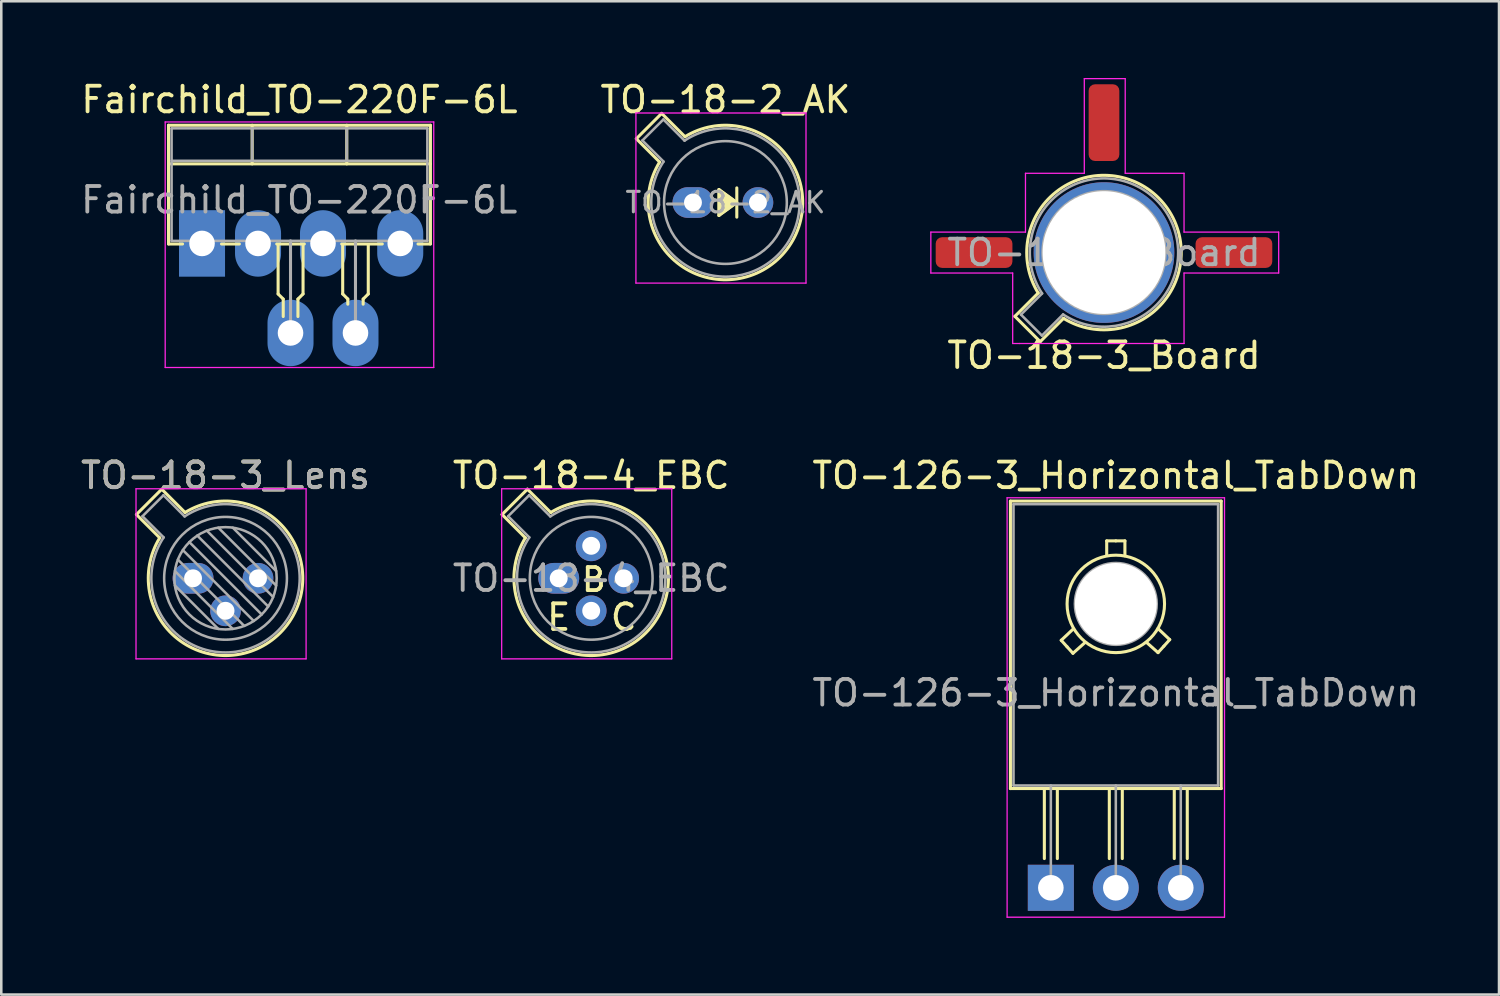
<source format=kicad_pcb>
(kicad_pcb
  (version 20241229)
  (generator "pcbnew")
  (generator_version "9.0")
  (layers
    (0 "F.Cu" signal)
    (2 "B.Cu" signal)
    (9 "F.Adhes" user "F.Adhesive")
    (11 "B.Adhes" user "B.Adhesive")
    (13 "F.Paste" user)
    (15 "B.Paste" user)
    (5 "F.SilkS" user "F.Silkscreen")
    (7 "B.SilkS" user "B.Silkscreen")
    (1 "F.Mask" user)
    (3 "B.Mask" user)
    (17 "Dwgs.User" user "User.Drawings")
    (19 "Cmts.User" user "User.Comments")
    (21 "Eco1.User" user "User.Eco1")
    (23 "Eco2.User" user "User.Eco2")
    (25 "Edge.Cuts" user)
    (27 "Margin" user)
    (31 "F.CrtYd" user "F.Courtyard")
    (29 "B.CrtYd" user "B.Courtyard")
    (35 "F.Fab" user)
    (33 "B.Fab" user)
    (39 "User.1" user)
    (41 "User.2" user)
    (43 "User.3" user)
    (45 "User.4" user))
  (footprint "Fairchild_TO-220F-6L"
    (layer "F.Cu")
    (at 4.849 6.468)
    (property "Reference" "Fairchild_TO-220F-6L" (at 3.81 -5.62 0) (layer "F.SilkS") (effects (font (size 1 1) (thickness 0.15))))
    (attr through_hole)
    (fp_line (start -1.31 -4.62) (end -1.31 0.021) (stroke (width 0.12) (type solid)) (layer "F.SilkS"))
    (fp_line (start -1.31 -4.62) (end 8.93 -4.62) (stroke (width 0.12) (type solid)) (layer "F.SilkS"))
    (fp_line (start -1.31 -3.111) (end 8.93 -3.111) (stroke (width 0.12) (type solid)) (layer "F.SilkS"))
    (fp_line (start -1.31 0.021) (end -0.762 0.021) (stroke (width 0.12) (type solid)) (layer "F.SilkS"))
    (fp_line (start 0.762 0.021) (end 1.46 0.021) (stroke (width 0.12) (type solid)) (layer "F.SilkS"))
    (fp_line (start 1.96 -4.62) (end 1.96 -3.111) (stroke (width 0.12) (type solid)) (layer "F.SilkS"))
    (fp_line (start 2.921 0.021) (end 4 0.021) (stroke (width 0.12) (type solid)) (layer "F.SilkS"))
    (fp_line (start 2.975 0.064) (end 2.975 1.975) (stroke (width 0.12) (type solid)) (layer "F.SilkS"))
    (fp_line (start 2.975 1.975) (end 3.175 2.175) (stroke (width 0.12) (type solid)) (layer "F.SilkS"))
    (fp_line (start 3.175 2.175) (end 3.175 2.857) (stroke (width 0.12) (type solid)) (layer "F.SilkS"))
    (fp_line (start 3.75 2.175) (end 3.75 2.857) (stroke (width 0.12) (type solid)) (layer "F.SilkS"))
    (fp_line (start 3.95 0.064) (end 3.95 1.975) (stroke (width 0.12) (type solid)) (layer "F.SilkS"))
    (fp_line (start 3.95 1.975) (end 3.75 2.175) (stroke (width 0.12) (type solid)) (layer "F.SilkS"))
    (fp_line (start 5.461 0.021) (end 7.048 0.021) (stroke (width 0.12) (type solid)) (layer "F.SilkS"))
    (fp_line (start 5.5 0.064) (end 5.5 1.975) (stroke (width 0.12) (type solid)) (layer "F.SilkS"))
    (fp_line (start 5.5 1.975) (end 5.7 2.175) (stroke (width 0.12) (type solid)) (layer "F.SilkS"))
    (fp_line (start 5.66 -4.62) (end 5.66 -3.111) (stroke (width 0.12) (type solid)) (layer "F.SilkS"))
    (fp_line (start 5.7 2.175) (end 5.7 2.375) (stroke (width 0.12) (type solid)) (layer "F.SilkS"))
    (fp_line (start 6.3 2.175) (end 6.3 2.375) (stroke (width 0.12) (type solid)) (layer "F.SilkS"))
    (fp_line (start 6.5 0.064) (end 6.5 1.975) (stroke (width 0.12) (type solid)) (layer "F.SilkS"))
    (fp_line (start 6.5 1.975) (end 6.3 2.175) (stroke (width 0.12) (type solid)) (layer "F.SilkS"))
    (fp_line (start 8.445 0.021) (end 8.93 0.021) (stroke (width 0.12) (type solid)) (layer "F.SilkS"))
    (fp_line (start 8.93 -4.62) (end 8.93 0.021) (stroke (width 0.12) (type solid)) (layer "F.SilkS"))
    (fp_line (start -1.44 -4.75) (end -1.44 4.85) (stroke (width 0.05) (type solid)) (layer "F.CrtYd"))
    (fp_line (start -1.44 4.85) (end 9.06 4.85) (stroke (width 0.05) (type solid)) (layer "F.CrtYd"))
    (fp_line (start 9.06 -4.75) (end -1.44 -4.75) (stroke (width 0.05) (type solid)) (layer "F.CrtYd"))
    (fp_line (start 9.06 4.85) (end 9.06 -4.75) (stroke (width 0.05) (type solid)) (layer "F.CrtYd"))
    (fp_line (start -1.19 -4.5) (end -1.19 -0.1) (stroke (width 0.1) (type solid)) (layer "F.Fab"))
    (fp_line (start -1.19 -3.23) (end 8.81 -3.23) (stroke (width 0.1) (type solid)) (layer "F.Fab"))
    (fp_line (start -1.19 -0.1) (end 8.81 -0.1) (stroke (width 0.1) (type solid)) (layer "F.Fab"))
    (fp_line (start 0 -0.1) (end 0 0) (stroke (width 0.1) (type solid)) (layer "F.Fab"))
    (fp_line (start 1.96 -4.5) (end 1.96 -3.23) (stroke (width 0.1) (type solid)) (layer "F.Fab"))
    (fp_line (start 3.46 3.5) (end 3.46 -0.1) (stroke (width 0.12) (type solid)) (layer "F.Fab"))
    (fp_line (start 5.66 -4.5) (end 5.66 -3.23) (stroke (width 0.1) (type solid)) (layer "F.Fab"))
    (fp_line (start 6 3.5) (end 6 -0.1) (stroke (width 0.12) (type solid)) (layer "F.Fab"))
    (fp_line (start 8.81 -4.5) (end -1.19 -4.5) (stroke (width 0.1) (type solid)) (layer "F.Fab"))
    (fp_line (start 8.81 -0.1) (end 8.81 -4.5) (stroke (width 0.1) (type solid)) (layer "F.Fab"))
    (fp_text user "${REFERENCE}" (at 3.8 -1.7 0) (layer "F.Fab") (effects (font (size 1 1) (thickness 0.15))))
    (pad "" np_thru_hole circle (at 0 0) (size 1 1) (drill 1) (layers "*.Cu" "*.Mask"))
    (pad "" np_thru_hole circle (at 2.19 0) (size 1 1) (drill 1) (layers "*.Cu" "*.Mask"))
    (pad "" np_thru_hole circle (at 3.46 3.5) (size 1 1) (drill 1) (layers "*.Cu" "*.Mask"))
    (pad "" np_thru_hole circle (at 4.73 0) (size 1 1) (drill 1) (layers "*.Cu" "*.Mask"))
    (pad "" np_thru_hole circle (at 6 3.5) (size 1 1) (drill 1) (layers "*.Cu" "*.Mask"))
    (pad "" np_thru_hole circle (at 7.75 0) (size 1 1) (drill 1) (layers "*.Cu" "*.Mask"))
    (pad "1" smd rect (at 0 0) (size 1.8 2.6) (layers "B.Cu" "B.Mask"))
    (pad "2" smd oval (at 2.19 0) (size 1.8 2.6) (layers "B.Cu" "B.Mask"))
    (pad "3" smd oval (at 3.46 3.5) (size 1.8 2.6) (layers "B.Cu" "B.Mask"))
    (pad "4" smd oval (at 4.73 0) (size 1.8 2.6) (layers "B.Cu" "B.Mask"))
    (pad "5" smd oval (at 6 3.5) (size 1.8 2.6) (layers "B.Cu" "B.Mask"))
    (pad "6" smd oval (at 7.75 0) (size 1.8 2.6) (layers "B.Cu" "B.Mask")))
  (footprint "TO-18-3_Lens"
    (layer "F.Cu")
    (at 4.498 19.561)
    (property "Reference" "TO-18-3_Lens" (at 1.27 -4.02 0) (layer "F.SilkS") (effects (font (size 1 1) (thickness 0.15))))
    (attr through_hole)
    (fp_line (start -2.214 -2.494) (end -1.302 -1.582) (stroke (width 0.12) (type solid)) (layer "F.SilkS"))
    (fp_line (start -1.224 -3.484) (end -2.214 -2.494) (stroke (width 0.12) (type solid)) (layer "F.SilkS"))
    (fp_line (start -0.312 -2.572) (end -1.224 -3.484) (stroke (width 0.12) (type solid)) (layer "F.SilkS"))
    (fp_arc (start -0.312331 -2.572281) (mid 3.405374 2.135551) (end -1.30215 -1.582544) (stroke (width 0.12) (type solid)) (layer "F.SilkS"))
    (fp_line (start -2.23 -3.5) (end -2.23 3.15) (stroke (width 0.05) (type solid)) (layer "F.CrtYd"))
    (fp_line (start -2.23 3.15) (end 4.42 3.15) (stroke (width 0.05) (type solid)) (layer "F.CrtYd"))
    (fp_line (start 4.42 -3.5) (end -2.23 -3.5) (stroke (width 0.05) (type solid)) (layer "F.CrtYd"))
    (fp_line (start 4.42 3.15) (end 4.42 -3.5) (stroke (width 0.05) (type solid)) (layer "F.CrtYd"))
    (fp_line (start -1.977 -2.426) (end -1.149 -1.599) (stroke (width 0.1) (type solid)) (layer "F.Fab"))
    (fp_line (start -1.156 -3.247) (end -1.977 -2.426) (stroke (width 0.1) (type solid)) (layer "F.Fab"))
    (fp_line (start -0.71 -0.283) (end 1.553 1.98) (stroke (width 0.1) (type solid)) (layer "F.Fab"))
    (fp_line (start -0.71 0.283) (end 0.987 1.98) (stroke (width 0.1) (type solid)) (layer "F.Fab"))
    (fp_line (start -0.592 -0.731) (end 2.001 1.862) (stroke (width 0.1) (type solid)) (layer "F.Fab"))
    (fp_line (start -0.399 -1.103) (end 2.373 1.669) (stroke (width 0.1) (type solid)) (layer "F.Fab"))
    (fp_line (start -0.329 -2.419) (end -1.156 -3.247) (stroke (width 0.1) (type solid)) (layer "F.Fab"))
    (fp_line (start -0.145 -1.415) (end 2.685 1.415) (stroke (width 0.1) (type solid)) (layer "F.Fab"))
    (fp_line (start 0.167 -1.669) (end 2.939 1.103) (stroke (width 0.1) (type solid)) (layer "F.Fab"))
    (fp_line (start 0.539 -1.862) (end 3.132 0.731) (stroke (width 0.1) (type solid)) (layer "F.Fab"))
    (fp_line (start 0.987 -1.98) (end 3.25 0.283) (stroke (width 0.1) (type solid)) (layer "F.Fab"))
    (fp_line (start 1.553 -1.98) (end 3.25 -0.283) (stroke (width 0.1) (type solid)) (layer "F.Fab"))
    (fp_arc (start -0.329057 -2.419301) (mid 3.321075 2.050145) (end -1.150029 -1.597956) (stroke (width 0.1) (type solid)) (layer "F.Fab"))
    (fp_circle (center 1.27 0) (end 3.27 0) (stroke (width 0.1) (type solid)) (fill no) (layer "F.Fab"))
    (fp_circle (center 1.27 0) (end 3.67 0) (stroke (width 0.1) (type solid)) (fill no) (layer "F.Fab"))
    (fp_text user "${REFERENCE}" (at 1.27 -4.02 0) (layer "F.Fab") (effects (font (size 1 1) (thickness 0.15))))
    (pad "1" thru_hole oval (at 0 0) (size 1.6 1.2) (drill 0.7) (layers "*.Cu" "*.Mask"))
    (pad "2" thru_hole oval (at 1.27 1.27) (size 1.2 1.2) (drill 0.7) (layers "*.Cu" "*.Mask"))
    (pad "3" thru_hole oval (at 2.54 0) (size 1.2 1.2) (drill 0.7) (layers "*.Cu" "*.Mask")))
  (footprint "TO-18-2_AK"
    (layer "F.Cu")
    (at 24.044 4.868)
    (property "Reference" "TO-18-2_AK" (at 1.27 -4.02 0) (layer "F.SilkS") (effects (font (size 1 1) (thickness 0.15))))
    (attr through_hole)
    (fp_line (start -2.214 -2.494) (end -1.302 -1.582) (stroke (width 0.12) (type solid)) (layer "F.SilkS"))
    (fp_line (start -1.224 -3.484) (end -2.214 -2.494) (stroke (width 0.12) (type solid)) (layer "F.SilkS"))
    (fp_line (start -0.312 -2.572) (end -1.224 -3.484) (stroke (width 0.12) (type solid)) (layer "F.SilkS"))
    (fp_line (start 1.016 -0.508) (end 1.714 0) (stroke (width 0.12) (type solid)) (layer "F.SilkS"))
    (fp_line (start 1.016 0.508) (end 1.016 -0.508) (stroke (width 0.12) (type solid)) (layer "F.SilkS"))
    (fp_line (start 1.714 -0.572) (end 1.714 0.572) (stroke (width 0.12) (type solid)) (layer "F.SilkS"))
    (fp_line (start 1.714 0) (end 1.016 0.508) (stroke (width 0.12) (type solid)) (layer "F.SilkS"))
    (fp_arc (start -0.312331 -2.572281) (mid 3.405374 2.135551) (end -1.30215 -1.582544) (stroke (width 0.12) (type solid)) (layer "F.SilkS"))
    (fp_poly (pts (xy 1.714 0) (xy 1.016 0.508) (xy 1.016 -0.508)) (stroke (width 0.1) (type solid)) (fill yes) (layer "F.SilkS"))
    (fp_line (start -2.23 -3.5) (end -2.23 3.15) (stroke (width 0.05) (type solid)) (layer "F.CrtYd"))
    (fp_line (start -2.23 3.15) (end 4.42 3.15) (stroke (width 0.05) (type solid)) (layer "F.CrtYd"))
    (fp_line (start 4.42 -3.5) (end -2.23 -3.5) (stroke (width 0.05) (type solid)) (layer "F.CrtYd"))
    (fp_line (start 4.42 3.15) (end 4.42 -3.5) (stroke (width 0.05) (type solid)) (layer "F.CrtYd"))
    (fp_line (start -1.977 -2.426) (end -1.149 -1.599) (stroke (width 0.1) (type solid)) (layer "F.Fab"))
    (fp_line (start -1.156 -3.247) (end -1.977 -2.426) (stroke (width 0.1) (type solid)) (layer "F.Fab"))
    (fp_line (start -0.329 -2.419) (end -1.156 -3.247) (stroke (width 0.1) (type solid)) (layer "F.Fab"))
    (fp_arc (start -0.329057 -2.419301) (mid 3.321075 2.050145) (end -1.150029 -1.597956) (stroke (width 0.1) (type solid)) (layer "F.Fab"))
    (fp_circle (center 1.27 0) (end 3.67 0) (stroke (width 0.1) (type solid)) (fill no) (layer "F.Fab"))
    (fp_text user "${REFERENCE}" (at 1.27 0 0) (layer "F.Fab") (effects (font (size 0.8 0.8) (thickness 0.12))))
    (pad "1" thru_hole oval (at 0 0) (size 1.6 1.2) (drill 0.7) (layers "*.Cu" "*.Mask"))
    (pad "2" thru_hole oval (at 2.54 0) (size 1.2 1.2) (drill 0.7) (layers "*.Cu" "*.Mask")))
  (footprint "TO-126-3_Horizontal_TabDown"
    (layer "F.Cu")
    (at 38.037 31.662)
    (property "Reference" "TO-126-3_Horizontal_TabDown" (at 2.54 -16.12 0) (layer "F.SilkS") (effects (font (size 1 1) (thickness 0.15))))
    (attr through_hole)
    (fp_line (start -1.58 -15.12) (end -1.58 -3.88) (stroke (width 0.12) (type solid)) (layer "F.SilkS"))
    (fp_line (start -1.58 -15.12) (end 6.66 -15.12) (stroke (width 0.12) (type solid)) (layer "F.SilkS"))
    (fp_line (start -1.58 -3.88) (end 6.66 -3.88) (stroke (width 0.12) (type solid)) (layer "F.SilkS"))
    (fp_line (start -0.254 -1.143) (end -0.254 -3.873) (stroke (width 0.12) (type solid)) (layer "F.SilkS"))
    (fp_line (start 0.254 -3.873) (end 0.254 -1.143) (stroke (width 0.12) (type solid)) (layer "F.SilkS"))
    (fp_line (start 0.406 -9.677) (end 0.864 -10.109) (stroke (width 0.12) (type solid)) (layer "F.SilkS"))
    (fp_line (start 0.635 -9.423) (end 0.406 -9.677) (stroke (width 0.12) (type solid)) (layer "F.SilkS"))
    (fp_line (start 0.864 -9.169) (end 0.635 -9.423) (stroke (width 0.12) (type solid)) (layer "F.SilkS"))
    (fp_line (start 0.864 -9.169) (end 1.321 -9.576) (stroke (width 0.12) (type solid)) (layer "F.SilkS"))
    (fp_line (start 2.184 -13.564) (end 2.184 -13.005) (stroke (width 0.12) (type solid)) (layer "F.SilkS"))
    (fp_line (start 2.184 -13.564) (end 2.54 -13.564) (stroke (width 0.12) (type solid)) (layer "F.SilkS"))
    (fp_line (start 2.286 -1.143) (end 2.286 -3.873) (stroke (width 0.12) (type solid)) (layer "F.SilkS"))
    (fp_line (start 2.54 -13.564) (end 2.896 -13.564) (stroke (width 0.12) (type solid)) (layer "F.SilkS"))
    (fp_line (start 2.794 -3.873) (end 2.794 -1.143) (stroke (width 0.12) (type solid)) (layer "F.SilkS"))
    (fp_line (start 2.896 -13.564) (end 2.896 -12.979) (stroke (width 0.12) (type solid)) (layer "F.SilkS"))
    (fp_line (start 4.191 -9.195) (end 3.734 -9.601) (stroke (width 0.12) (type solid)) (layer "F.SilkS"))
    (fp_line (start 4.191 -9.195) (end 4.42 -9.449) (stroke (width 0.12) (type solid)) (layer "F.SilkS"))
    (fp_line (start 4.42 -9.449) (end 4.648 -9.703) (stroke (width 0.12) (type solid)) (layer "F.SilkS"))
    (fp_line (start 4.648 -9.703) (end 4.191 -10.135) (stroke (width 0.12) (type solid)) (layer "F.SilkS"))
    (fp_line (start 4.826 -1.143) (end 4.826 -3.873) (stroke (width 0.12) (type solid)) (layer "F.SilkS"))
    (fp_line (start 5.334 -3.873) (end 5.334 -1.143) (stroke (width 0.12) (type solid)) (layer "F.SilkS"))
    (fp_line (start 6.66 -15.12) (end 6.66 -3.88) (stroke (width 0.12) (type solid)) (layer "F.SilkS"))
    (fp_circle (center 2.54 -11.1) (end 4.445 -11.125) (stroke (width 0.12) (type solid)) (fill no) (layer "F.SilkS"))
    (fp_line (start -1.71 -15.25) (end -1.71 1.15) (stroke (width 0.05) (type solid)) (layer "F.CrtYd"))
    (fp_line (start -1.71 1.15) (end 6.79 1.15) (stroke (width 0.05) (type solid)) (layer "F.CrtYd"))
    (fp_line (start 6.79 -15.25) (end -1.71 -15.25) (stroke (width 0.05) (type solid)) (layer "F.CrtYd"))
    (fp_line (start 6.79 1.15) (end 6.79 -15.25) (stroke (width 0.05) (type solid)) (layer "F.CrtYd"))
    (fp_line (start -1.46 -15) (end 6.54 -15) (stroke (width 0.1) (type solid)) (layer "F.Fab"))
    (fp_line (start -1.46 -4) (end -1.46 -15) (stroke (width 0.1) (type solid)) (layer "F.Fab"))
    (fp_line (start 0 -4) (end 0 0) (stroke (width 0.1) (type solid)) (layer "F.Fab"))
    (fp_line (start 2.54 -4) (end 2.54 0) (stroke (width 0.1) (type solid)) (layer "F.Fab"))
    (fp_line (start 5.08 -4) (end 5.08 0) (stroke (width 0.1) (type solid)) (layer "F.Fab"))
    (fp_line (start 6.54 -15) (end 6.54 -4) (stroke (width 0.1) (type solid)) (layer "F.Fab"))
    (fp_line (start 6.54 -4) (end -1.46 -4) (stroke (width 0.1) (type solid)) (layer "F.Fab"))
    (fp_circle (center 2.54 -11.1) (end 4.14 -11.1) (stroke (width 0.1) (type solid)) (fill no) (layer "F.Fab"))
    (fp_text user "${REFERENCE}" (at 2.54 -7.62 0) (layer "F.Fab") (effects (font (size 1 1) (thickness 0.15))))
    (pad "" np_thru_hole oval (at 2.54 -11.1) (size 3.2 3.2) (drill 3.2) (layers "*.Cu" "*.Mask"))
    (pad "1" thru_hole rect (at 0 0) (size 1.8 1.8) (drill 1) (layers "*.Cu" "*.Mask"))
    (pad "2" thru_hole oval (at 2.54 0) (size 1.8 1.8) (drill 1) (layers "*.Cu" "*.Mask"))
    (pad "3" thru_hole oval (at 5.08 0) (size 1.8 1.8) (drill 1) (layers "*.Cu" "*.Mask")))
  (footprint "TO-18-4_EBC"
    (layer "F.Cu")
    (at 18.795 19.561)
    (property "Reference" "TO-18-4_EBC" (at 1.27 -4.02 0) (layer "F.SilkS") (effects (font (size 1 1) (thickness 0.15))))
    (fp_line (start -2.214 -2.494) (end -1.302 -1.582) (stroke (width 0.12) (type solid)) (layer "F.SilkS"))
    (fp_line (start -1.224 -3.484) (end -2.214 -2.494) (stroke (width 0.12) (type solid)) (layer "F.SilkS"))
    (fp_line (start -0.312 -2.572) (end -1.224 -3.484) (stroke (width 0.12) (type solid)) (layer "F.SilkS"))
    (fp_arc (start -0.312331 -2.572281) (mid 3.405374 2.135551) (end -1.30215 -1.582544) (stroke (width 0.12) (type solid)) (layer "F.SilkS"))
    (fp_line (start -2.23 -3.5) (end -2.23 3.15) (stroke (width 0.05) (type solid)) (layer "F.CrtYd"))
    (fp_line (start -2.23 3.15) (end 4.42 3.15) (stroke (width 0.05) (type solid)) (layer "F.CrtYd"))
    (fp_line (start 4.42 -3.5) (end -2.23 -3.5) (stroke (width 0.05) (type solid)) (layer "F.CrtYd"))
    (fp_line (start 4.42 3.15) (end 4.42 -3.5) (stroke (width 0.05) (type solid)) (layer "F.CrtYd"))
    (fp_line (start -1.977 -2.426) (end -1.149 -1.599) (stroke (width 0.1) (type solid)) (layer "F.Fab"))
    (fp_line (start -1.156 -3.247) (end -1.977 -2.426) (stroke (width 0.1) (type solid)) (layer "F.Fab"))
    (fp_line (start -0.329 -2.419) (end -1.156 -3.247) (stroke (width 0.1) (type solid)) (layer "F.Fab"))
    (fp_arc (start -0.329057 -2.419301) (mid 3.321075 2.050145) (end -1.150029 -1.597956) (stroke (width 0.1) (type solid)) (layer "F.Fab"))
    (fp_circle (center 1.27 0) (end 3.67 0) (stroke (width 0.1) (type solid)) (fill no) (layer "F.Fab"))
    (fp_text user "C" (at 2.54 1.524 0) (unlocked yes) (layer "F.SilkS") (effects (font (size 1 1) (thickness 0.15))))
    (fp_text user "E" (at 0 1.524 0) (unlocked yes) (layer "F.SilkS") (effects (font (size 1 1) (thickness 0.15))))
    (fp_text user "B" (at 1.372 0.051 0) (unlocked yes) (layer "F.SilkS") (effects (font (size 0.9 0.9) (thickness 0.15))))
    (fp_text user "${REFERENCE}" (at 1.27 0.000001 0) (layer "F.Fab") (effects (font (size 1 1) (thickness 0.15))))
    (pad "1" thru_hole oval (at 0 0) (size 1.6 1.2) (drill 0.7) (layers "*.Cu" "*.Mask"))
    (pad "2" thru_hole oval (at 1.27 1.27) (size 1.2 1.2) (drill 0.7) (layers "*.Cu" "*.Mask"))
    (pad "3" thru_hole oval (at 2.54 0) (size 1.2 1.2) (drill 0.7) (layers "*.Cu" "*.Mask"))
    (pad "4" thru_hole oval (at 1.27 -1.27) (size 1.2 1.2) (drill 0.7) (layers "*.Cu" "*.Mask")))
  (footprint "TO-18-3_Board"
    (layer "F.Cu")
    (at 38.845 6.825)
    (property "Reference" "TO-18-3_Board" (at 1.27 4.02 0) (layer "F.SilkS") (effects (font (size 1 1) (thickness 0.15))))
    (attr through_hole)
    (fp_line (start -2.214 2.494) (end -1.302 1.582) (stroke (width 0.12) (type solid)) (layer "F.SilkS"))
    (fp_line (start -1.224 3.484) (end -2.214 2.494) (stroke (width 0.12) (type solid)) (layer "F.SilkS"))
    (fp_line (start -0.312 2.572) (end -1.224 3.484) (stroke (width 0.12) (type solid)) (layer "F.SilkS"))
    (fp_arc (start -1.30215 1.582544) (mid 3.405374 -2.135551) (end -0.312331 2.572281) (stroke (width 0.12) (type solid)) (layer "F.SilkS"))
    (fp_line (start -5.5 -0.8) (end -5.5 0.8) (stroke (width 0.05) (type solid)) (layer "F.CrtYd"))
    (fp_line (start -5.5 0.8) (end -2.3 0.8) (stroke (width 0.05) (type solid)) (layer "F.CrtYd"))
    (fp_line (start -2.3 0.8) (end -2.3 3.556) (stroke (width 0.05) (type solid)) (layer "F.CrtYd"))
    (fp_line (start -2.3 3.556) (end -2.032 3.556) (stroke (width 0.05) (type solid)) (layer "F.CrtYd"))
    (fp_line (start -2.032 3.556) (end 4.4 3.556) (stroke (width 0.05) (type solid)) (layer "F.CrtYd"))
    (fp_line (start -1.8 -3.1) (end -1.8 -0.8) (stroke (width 0.05) (type solid)) (layer "F.CrtYd"))
    (fp_line (start -1.8 -0.8) (end -5.5 -0.8) (stroke (width 0.05) (type solid)) (layer "F.CrtYd"))
    (fp_line (start 0.5 -6.8) (end 0.5 -3.1) (stroke (width 0.05) (type solid)) (layer "F.CrtYd"))
    (fp_line (start 0.5 -3.1) (end -1.8 -3.1) (stroke (width 0.05) (type solid)) (layer "F.CrtYd"))
    (fp_line (start 2.1 -6.8) (end 0.5 -6.8) (stroke (width 0.05) (type solid)) (layer "F.CrtYd"))
    (fp_line (start 2.1 -3.1) (end 2.1 -6.8) (stroke (width 0.05) (type solid)) (layer "F.CrtYd"))
    (fp_line (start 4.4 -3.1) (end 2.1 -3.1) (stroke (width 0.05) (type solid)) (layer "F.CrtYd"))
    (fp_line (start 4.4 -0.8) (end 4.4 -3.1) (stroke (width 0.05) (type solid)) (layer "F.CrtYd"))
    (fp_line (start 4.4 0.8) (end 8.1 0.8) (stroke (width 0.05) (type solid)) (layer "F.CrtYd"))
    (fp_line (start 4.4 3.556) (end 4.4 0.8) (stroke (width 0.05) (type solid)) (layer "F.CrtYd"))
    (fp_line (start 8.1 -0.8) (end 4.4 -0.8) (stroke (width 0.05) (type solid)) (layer "F.CrtYd"))
    (fp_line (start 8.1 0.8) (end 8.1 -0.8) (stroke (width 0.05) (type solid)) (layer "F.CrtYd"))
    (fp_line (start -1.977 2.426) (end -1.149 1.599) (stroke (width 0.1) (type solid)) (layer "F.Fab"))
    (fp_line (start -1.156 3.247) (end -1.977 2.426) (stroke (width 0.1) (type solid)) (layer "F.Fab"))
    (fp_line (start -0.329 2.419) (end -1.156 3.247) (stroke (width 0.1) (type solid)) (layer "F.Fab"))
    (fp_arc (start -1.150029 1.597956) (mid 3.321075 -2.050145) (end -0.329057 2.419301) (stroke (width 0.1) (type solid)) (layer "F.Fab"))
    (fp_circle (center 1.27 0) (end 3.67 0) (stroke (width 0.1) (type solid)) (fill no) (layer "F.Fab"))
    (fp_text user "${REFERENCE}" (at 1.27 0 0) (layer "F.Fab") (effects (font (size 1 1) (thickness 0.15))))
    (pad "1" smd roundrect (at -3.81 0) (size 3 1.2) (layers "F.Cu" "F.Mask" "F.Paste") (roundrect_rratio 0.208))
    (pad "2" smd roundrect (at 1.27 -5.08) (size 1.2 3) (layers "F.Cu" "F.Mask" "F.Paste") (roundrect_rratio 0.208))
    (pad "3" smd roundrect (at 6.35 0) (size 3 1.2) (layers "F.Cu" "F.Mask" "F.Paste") (roundrect_rratio 0.208))
    (pad "4" thru_hole circle (at 1.27 0) (size 5.5 5.5) (drill 4.8) (layers "*.Cu" "*.Mask")))
  (gr_rect
    (start -3 -3)
    (end 55.56 35.837)
    (stroke (width 0.1) (type default))
    (fill no)
    (layer "Edge.Cuts")))
</source>
